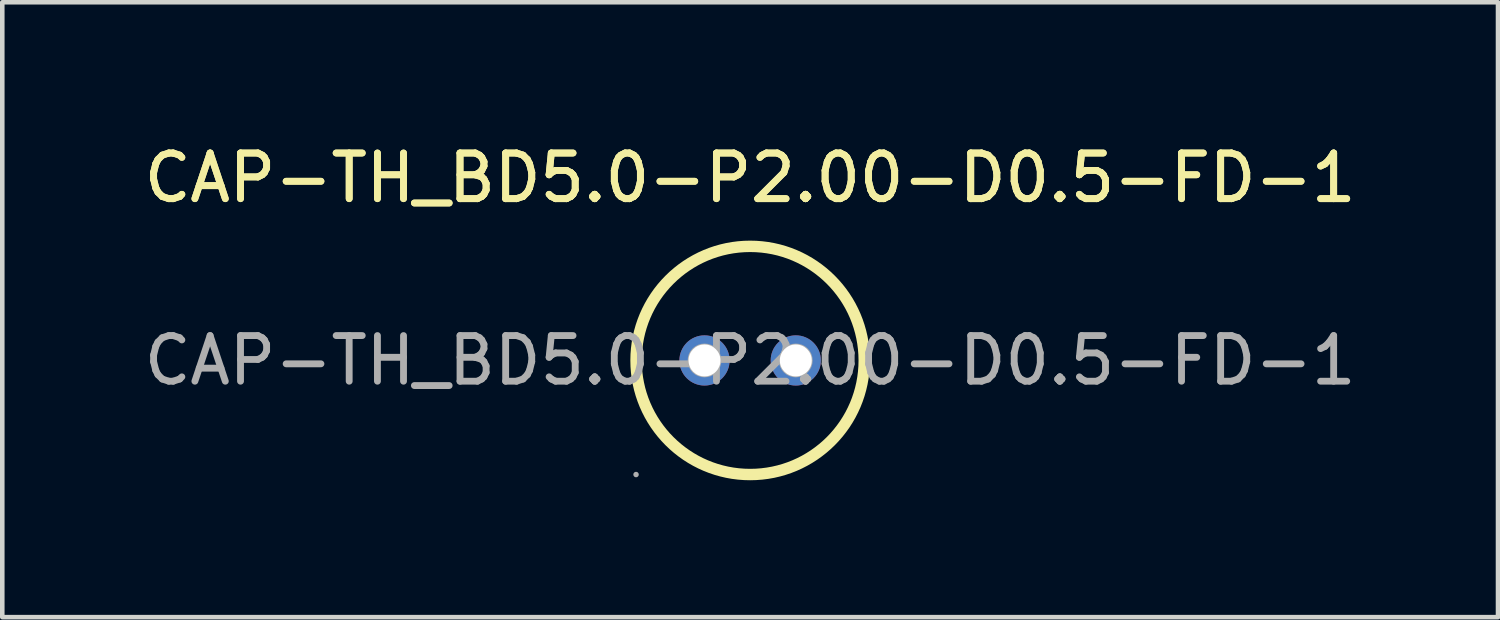
<source format=kicad_pcb>
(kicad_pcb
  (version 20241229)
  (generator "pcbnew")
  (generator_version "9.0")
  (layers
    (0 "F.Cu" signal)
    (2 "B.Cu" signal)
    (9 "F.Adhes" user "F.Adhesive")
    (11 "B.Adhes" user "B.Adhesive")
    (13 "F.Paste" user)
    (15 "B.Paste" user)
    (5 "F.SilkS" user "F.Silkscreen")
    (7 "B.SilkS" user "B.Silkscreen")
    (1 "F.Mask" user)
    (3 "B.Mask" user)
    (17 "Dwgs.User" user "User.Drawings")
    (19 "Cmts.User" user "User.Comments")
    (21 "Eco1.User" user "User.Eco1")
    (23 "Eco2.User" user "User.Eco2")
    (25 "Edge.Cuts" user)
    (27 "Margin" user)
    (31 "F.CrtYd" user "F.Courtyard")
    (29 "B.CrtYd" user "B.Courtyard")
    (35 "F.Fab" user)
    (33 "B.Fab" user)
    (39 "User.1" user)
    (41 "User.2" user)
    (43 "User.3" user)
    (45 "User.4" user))
  (footprint "CAP-TH_BD5.0-P2.00-D0.5-FD-1"
    (layer "F.Cu")
    (at 13.387 4.848)
    (property "Reference" "CAP-TH_BD5.0-P2.00-D0.5-FD-1" (at 0 -4 0) (layer "F.SilkS") (effects (font (size 1 1) (thickness 0.15))))
    (attr through_hole)
    (fp_circle (center 0 0) (end 2.5 0) (stroke (width 0.25) (type solid)) (fill no) (layer "F.SilkS"))
    (fp_circle (center -2.5 2.5) (end -2.47 2.5) (stroke (width 0.06) (type solid)) (fill no) (layer "F.Fab"))
    (fp_circle (center -1 0) (end -0.88 0) (stroke (width 0.25) (type solid)) (fill no) (layer "F.Fab"))
    (fp_circle (center 1 0) (end 1.12 0) (stroke (width 0.25) (type solid)) (fill no) (layer "F.Fab"))
    (fp_text user "${REFERENCE}" (at 0 -4 0) (layer "F.SilkS") (effects (font (size 1 1) (thickness 0.15))))
    (fp_text user "${REFERENCE}" (at 0 0 0) (layer "F.Fab") (effects (font (size 1 1) (thickness 0.15))))
    (pad "1" thru_hole circle (at -1 0) (size 1.1 1.1) (drill 0.7) (layers "*.Cu" "*.Mask"))
    (pad "2" thru_hole circle (at 1 0) (size 1.1 1.1) (drill 0.7) (layers "*.Cu" "*.Mask")))
  (gr_rect
    (start -3 -3)
    (end 29.774 10.473)
    (stroke (width 0.1) (type default))
    (fill no)
    (layer "Edge.Cuts")))
</source>
